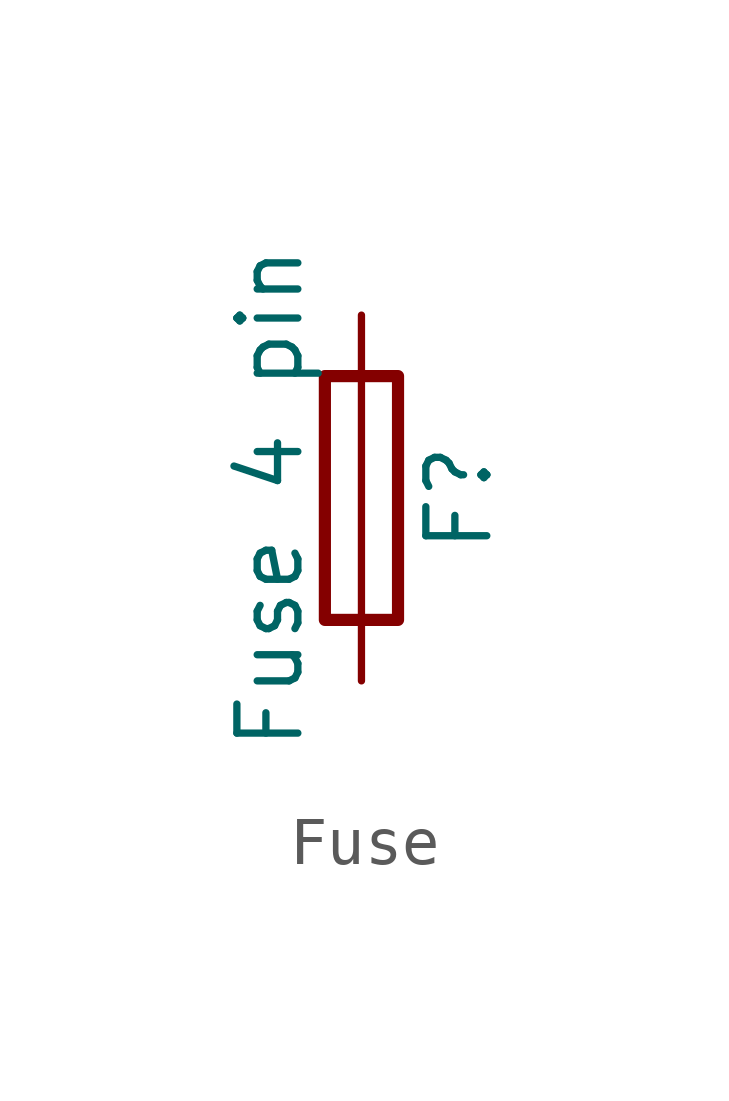
<source format=kicad_sym>
(kicad_symbol_lib
  (version 20220914)
  (generator kicad_symbol_editor)
  (symbol "Fuse"
    (pin_numbers hide)
    (pin_names
      (offset 0))
    (property "Reference" "F"
      (at 2.032 0 90)
      (effects (font (size 1.27 1.27))))
    (property "Value" "Fuse 4 pin"
      (at -1.905 0 90)
      (effects (font (size 1.27 1.27))))
    (symbol "Fuse_0_1"
      (rectangle (start -0.762 -2.54) (end 0.762 2.54) (stroke (width 0.254) (type default)) (fill (type none)))
      (polyline (pts (xy 0 2.54) (xy 0 -2.54)) (stroke (width 0) (type default)) (fill (type none))))
    (symbol "Fuse_1_1"
      (pin passive line (at 0 -3.81 90) (length 1.27) (name "~" (effects (font (size 1.27 1.27)))) (number "1" (effects (font (size 1.27 1.27)))))
      (pin passive line (at 0 -3.81 90) (length 1.27) hide (name "~" (effects (font (size 1.27 1.27)))) (number "2" (effects (font (size 1.27 1.27)))))
      (pin passive line (at 0 3.81 270) (length 1.27) (name "~" (effects (font (size 1.27 1.27)))) (number "3" (effects (font (size 1.27 1.27)))))
      (pin passive line (at 0 3.81 270) (length 1.27) hide (name "~" (effects (font (size 1.27 1.27)))) (number "4" (effects (font (size 1.27 1.27))))))))
</source>
